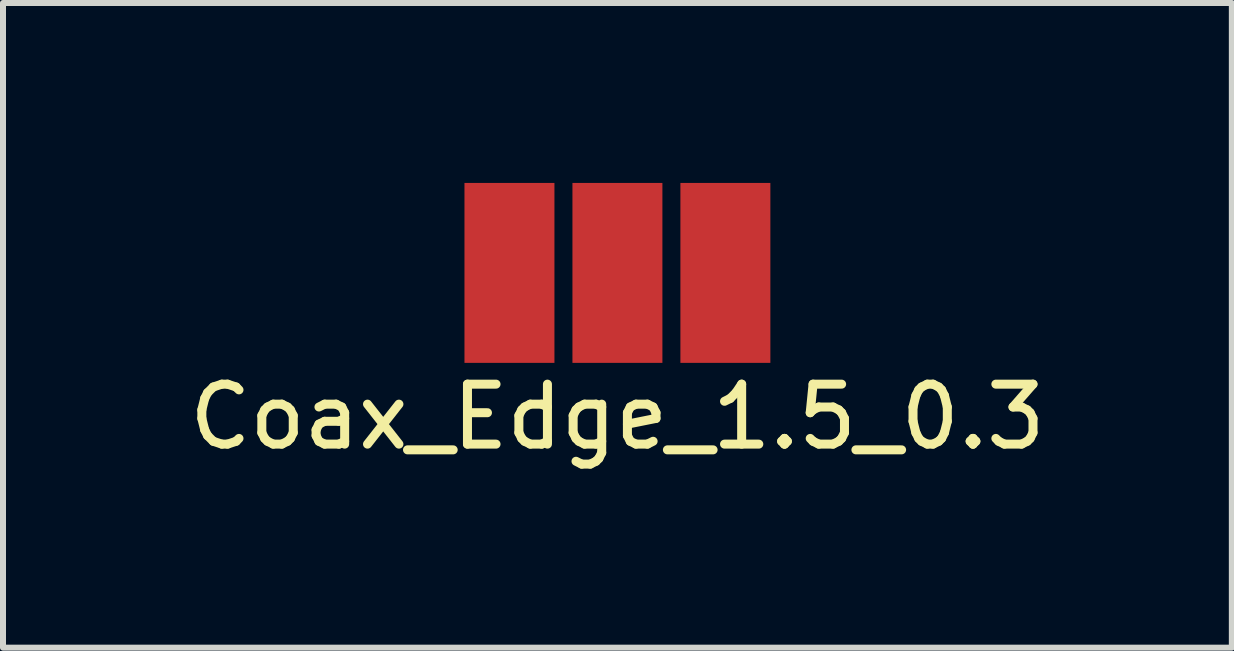
<source format=kicad_pcb>
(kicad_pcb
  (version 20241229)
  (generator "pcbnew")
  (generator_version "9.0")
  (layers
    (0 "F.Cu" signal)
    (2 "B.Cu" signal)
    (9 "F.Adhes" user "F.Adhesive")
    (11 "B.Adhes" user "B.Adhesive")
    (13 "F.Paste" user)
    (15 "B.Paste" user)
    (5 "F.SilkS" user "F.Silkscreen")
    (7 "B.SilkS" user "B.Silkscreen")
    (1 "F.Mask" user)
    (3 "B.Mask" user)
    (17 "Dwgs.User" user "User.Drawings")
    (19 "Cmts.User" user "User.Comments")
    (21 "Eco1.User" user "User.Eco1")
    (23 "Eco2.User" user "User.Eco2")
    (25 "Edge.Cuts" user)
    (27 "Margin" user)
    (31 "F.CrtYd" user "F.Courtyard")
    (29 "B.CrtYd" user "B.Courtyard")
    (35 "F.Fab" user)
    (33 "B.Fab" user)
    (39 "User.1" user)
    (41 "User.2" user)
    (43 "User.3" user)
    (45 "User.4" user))
  (footprint "Coax_Edge_1.5_0.3"
    (layer "F.Cu")
    (at 7.244 1.5)
    (property "Reference" "Coax_Edge_1.5_0.3" (at 0 2.4 0) (unlocked yes) (layer "F.SilkS") (effects (font (size 1 1) (thickness 0.15))))
    (attr smd)
    (pad "1" smd rect (at 0 0) (size 1.5 3) (layers "F.Cu" "F.Mask" "F.Paste"))
    (pad "2" smd rect (at -1.8 0) (size 1.5 3) (layers "F.Cu" "F.Mask" "F.Paste"))
    (pad "2" smd rect (at 1.8 0) (size 1.5 3) (layers "F.Cu" "F.Mask" "F.Paste")))
  (gr_rect
    (start -3 -3)
    (end 17.488 7.748)
    (stroke (width 0.1) (type default))
    (fill no)
    (layer "Edge.Cuts")))
</source>
